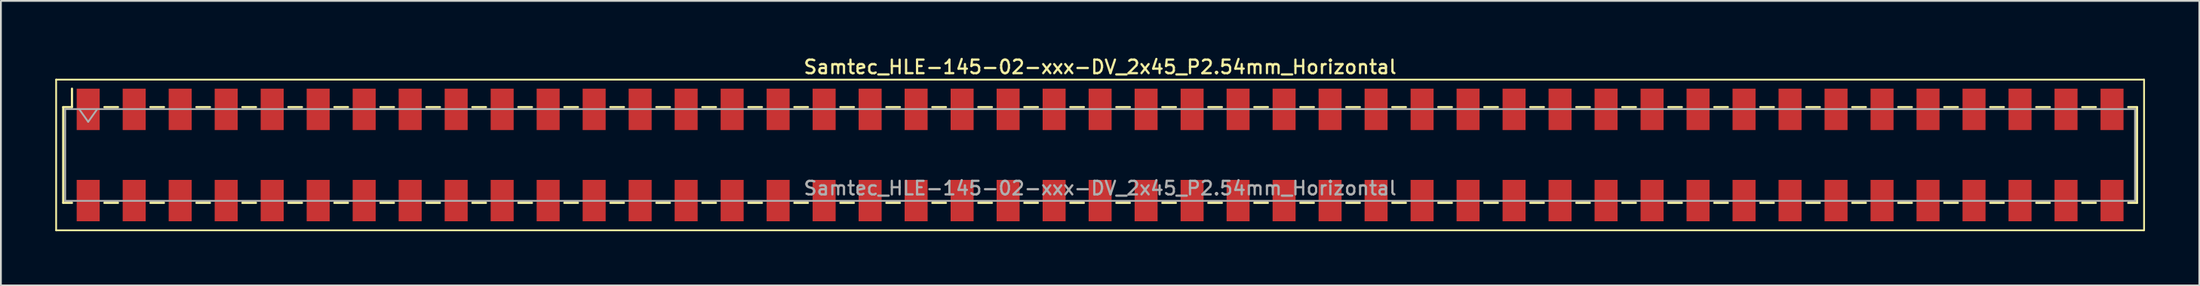
<source format=kicad_pcb>
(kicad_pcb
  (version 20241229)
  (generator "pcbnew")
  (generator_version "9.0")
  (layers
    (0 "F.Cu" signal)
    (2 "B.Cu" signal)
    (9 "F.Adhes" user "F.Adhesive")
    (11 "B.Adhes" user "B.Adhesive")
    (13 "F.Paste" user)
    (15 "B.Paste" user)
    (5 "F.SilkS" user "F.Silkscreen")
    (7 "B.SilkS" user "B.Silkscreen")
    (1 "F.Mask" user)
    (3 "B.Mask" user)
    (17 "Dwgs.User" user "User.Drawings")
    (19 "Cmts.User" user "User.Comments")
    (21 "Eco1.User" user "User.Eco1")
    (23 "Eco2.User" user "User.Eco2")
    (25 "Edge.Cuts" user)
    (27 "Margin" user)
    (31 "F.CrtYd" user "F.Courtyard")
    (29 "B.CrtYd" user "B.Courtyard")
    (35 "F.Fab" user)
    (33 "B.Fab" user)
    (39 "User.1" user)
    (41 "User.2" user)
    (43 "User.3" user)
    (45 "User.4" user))
  (footprint "Samtec_HLE-145-02-xxx-DV_2x45_P2.54mm_Horizontal"
    (layer "F.Cu")
    (at 57.7 5.528)
    (property "Reference" "Samtec_HLE-145-02-xxx-DV_2x45_P2.54mm_Horizontal" (at 0 -4.87 0) (layer "F.SilkS") (effects (font (size 0.75 0.75) (thickness 0.125))))
    (attr smd)
    (fp_line (start -57.65 -4.17) (end 57.65 -4.17) (stroke (width 0.1) (type solid)) (layer "F.SilkS"))
    (fp_line (start -57.65 4.17) (end -57.65 -4.17) (stroke (width 0.1) (type solid)) (layer "F.SilkS"))
    (fp_line (start -57.26 -2.65) (end -57.26 2.65) (stroke (width 0.12) (type solid)) (layer "F.SilkS"))
    (fp_line (start -57.26 2.65) (end -56.775 2.65) (stroke (width 0.12) (type solid)) (layer "F.SilkS"))
    (fp_line (start -56.775 -3.67) (end -56.775 -2.65) (stroke (width 0.12) (type solid)) (layer "F.SilkS"))
    (fp_line (start -56.775 -2.65) (end -57.26 -2.65) (stroke (width 0.12) (type solid)) (layer "F.SilkS"))
    (fp_line (start -54.985 -2.65) (end -54.235 -2.65) (stroke (width 0.12) (type solid)) (layer "F.SilkS"))
    (fp_line (start -54.985 2.65) (end -54.235 2.65) (stroke (width 0.12) (type solid)) (layer "F.SilkS"))
    (fp_line (start -52.445 -2.65) (end -51.695 -2.65) (stroke (width 0.12) (type solid)) (layer "F.SilkS"))
    (fp_line (start -52.445 2.65) (end -51.695 2.65) (stroke (width 0.12) (type solid)) (layer "F.SilkS"))
    (fp_line (start -49.905 -2.65) (end -49.155 -2.65) (stroke (width 0.12) (type solid)) (layer "F.SilkS"))
    (fp_line (start -49.905 2.65) (end -49.155 2.65) (stroke (width 0.12) (type solid)) (layer "F.SilkS"))
    (fp_line (start -47.365 -2.65) (end -46.615 -2.65) (stroke (width 0.12) (type solid)) (layer "F.SilkS"))
    (fp_line (start -47.365 2.65) (end -46.615 2.65) (stroke (width 0.12) (type solid)) (layer "F.SilkS"))
    (fp_line (start -44.825 -2.65) (end -44.075 -2.65) (stroke (width 0.12) (type solid)) (layer "F.SilkS"))
    (fp_line (start -44.825 2.65) (end -44.075 2.65) (stroke (width 0.12) (type solid)) (layer "F.SilkS"))
    (fp_line (start -42.285 -2.65) (end -41.535 -2.65) (stroke (width 0.12) (type solid)) (layer "F.SilkS"))
    (fp_line (start -42.285 2.65) (end -41.535 2.65) (stroke (width 0.12) (type solid)) (layer "F.SilkS"))
    (fp_line (start -39.745 -2.65) (end -38.995 -2.65) (stroke (width 0.12) (type solid)) (layer "F.SilkS"))
    (fp_line (start -39.745 2.65) (end -38.995 2.65) (stroke (width 0.12) (type solid)) (layer "F.SilkS"))
    (fp_line (start -37.205 -2.65) (end -36.455 -2.65) (stroke (width 0.12) (type solid)) (layer "F.SilkS"))
    (fp_line (start -37.205 2.65) (end -36.455 2.65) (stroke (width 0.12) (type solid)) (layer "F.SilkS"))
    (fp_line (start -34.665 -2.65) (end -33.915 -2.65) (stroke (width 0.12) (type solid)) (layer "F.SilkS"))
    (fp_line (start -34.665 2.65) (end -33.915 2.65) (stroke (width 0.12) (type solid)) (layer "F.SilkS"))
    (fp_line (start -32.125 -2.65) (end -31.375 -2.65) (stroke (width 0.12) (type solid)) (layer "F.SilkS"))
    (fp_line (start -32.125 2.65) (end -31.375 2.65) (stroke (width 0.12) (type solid)) (layer "F.SilkS"))
    (fp_line (start -29.585 -2.65) (end -28.835 -2.65) (stroke (width 0.12) (type solid)) (layer "F.SilkS"))
    (fp_line (start -29.585 2.65) (end -28.835 2.65) (stroke (width 0.12) (type solid)) (layer "F.SilkS"))
    (fp_line (start -27.045 -2.65) (end -26.295 -2.65) (stroke (width 0.12) (type solid)) (layer "F.SilkS"))
    (fp_line (start -27.045 2.65) (end -26.295 2.65) (stroke (width 0.12) (type solid)) (layer "F.SilkS"))
    (fp_line (start -24.505 -2.65) (end -23.755 -2.65) (stroke (width 0.12) (type solid)) (layer "F.SilkS"))
    (fp_line (start -24.505 2.65) (end -23.755 2.65) (stroke (width 0.12) (type solid)) (layer "F.SilkS"))
    (fp_line (start -21.965 -2.65) (end -21.215 -2.65) (stroke (width 0.12) (type solid)) (layer "F.SilkS"))
    (fp_line (start -21.965 2.65) (end -21.215 2.65) (stroke (width 0.12) (type solid)) (layer "F.SilkS"))
    (fp_line (start -19.425 -2.65) (end -18.675 -2.65) (stroke (width 0.12) (type solid)) (layer "F.SilkS"))
    (fp_line (start -19.425 2.65) (end -18.675 2.65) (stroke (width 0.12) (type solid)) (layer "F.SilkS"))
    (fp_line (start -16.885 -2.65) (end -16.135 -2.65) (stroke (width 0.12) (type solid)) (layer "F.SilkS"))
    (fp_line (start -16.885 2.65) (end -16.135 2.65) (stroke (width 0.12) (type solid)) (layer "F.SilkS"))
    (fp_line (start -14.345 -2.65) (end -13.595 -2.65) (stroke (width 0.12) (type solid)) (layer "F.SilkS"))
    (fp_line (start -14.345 2.65) (end -13.595 2.65) (stroke (width 0.12) (type solid)) (layer "F.SilkS"))
    (fp_line (start -11.805 -2.65) (end -11.055 -2.65) (stroke (width 0.12) (type solid)) (layer "F.SilkS"))
    (fp_line (start -11.805 2.65) (end -11.055 2.65) (stroke (width 0.12) (type solid)) (layer "F.SilkS"))
    (fp_line (start -9.265 -2.65) (end -8.515 -2.65) (stroke (width 0.12) (type solid)) (layer "F.SilkS"))
    (fp_line (start -9.265 2.65) (end -8.515 2.65) (stroke (width 0.12) (type solid)) (layer "F.SilkS"))
    (fp_line (start -6.725 -2.65) (end -5.975 -2.65) (stroke (width 0.12) (type solid)) (layer "F.SilkS"))
    (fp_line (start -6.725 2.65) (end -5.975 2.65) (stroke (width 0.12) (type solid)) (layer "F.SilkS"))
    (fp_line (start -4.185 -2.65) (end -3.435 -2.65) (stroke (width 0.12) (type solid)) (layer "F.SilkS"))
    (fp_line (start -4.185 2.65) (end -3.435 2.65) (stroke (width 0.12) (type solid)) (layer "F.SilkS"))
    (fp_line (start -1.645 -2.65) (end -0.895 -2.65) (stroke (width 0.12) (type solid)) (layer "F.SilkS"))
    (fp_line (start -1.645 2.65) (end -0.895 2.65) (stroke (width 0.12) (type solid)) (layer "F.SilkS"))
    (fp_line (start 0.895 -2.65) (end 1.645 -2.65) (stroke (width 0.12) (type solid)) (layer "F.SilkS"))
    (fp_line (start 0.895 2.65) (end 1.645 2.65) (stroke (width 0.12) (type solid)) (layer "F.SilkS"))
    (fp_line (start 3.435 -2.65) (end 4.185 -2.65) (stroke (width 0.12) (type solid)) (layer "F.SilkS"))
    (fp_line (start 3.435 2.65) (end 4.185 2.65) (stroke (width 0.12) (type solid)) (layer "F.SilkS"))
    (fp_line (start 5.975 -2.65) (end 6.725 -2.65) (stroke (width 0.12) (type solid)) (layer "F.SilkS"))
    (fp_line (start 5.975 2.65) (end 6.725 2.65) (stroke (width 0.12) (type solid)) (layer "F.SilkS"))
    (fp_line (start 8.515 -2.65) (end 9.265 -2.65) (stroke (width 0.12) (type solid)) (layer "F.SilkS"))
    (fp_line (start 8.515 2.65) (end 9.265 2.65) (stroke (width 0.12) (type solid)) (layer "F.SilkS"))
    (fp_line (start 11.055 -2.65) (end 11.805 -2.65) (stroke (width 0.12) (type solid)) (layer "F.SilkS"))
    (fp_line (start 11.055 2.65) (end 11.805 2.65) (stroke (width 0.12) (type solid)) (layer "F.SilkS"))
    (fp_line (start 13.595 -2.65) (end 14.345 -2.65) (stroke (width 0.12) (type solid)) (layer "F.SilkS"))
    (fp_line (start 13.595 2.65) (end 14.345 2.65) (stroke (width 0.12) (type solid)) (layer "F.SilkS"))
    (fp_line (start 16.135 -2.65) (end 16.885 -2.65) (stroke (width 0.12) (type solid)) (layer "F.SilkS"))
    (fp_line (start 16.135 2.65) (end 16.885 2.65) (stroke (width 0.12) (type solid)) (layer "F.SilkS"))
    (fp_line (start 18.675 -2.65) (end 19.425 -2.65) (stroke (width 0.12) (type solid)) (layer "F.SilkS"))
    (fp_line (start 18.675 2.65) (end 19.425 2.65) (stroke (width 0.12) (type solid)) (layer "F.SilkS"))
    (fp_line (start 21.215 -2.65) (end 21.965 -2.65) (stroke (width 0.12) (type solid)) (layer "F.SilkS"))
    (fp_line (start 21.215 2.65) (end 21.965 2.65) (stroke (width 0.12) (type solid)) (layer "F.SilkS"))
    (fp_line (start 23.755 -2.65) (end 24.505 -2.65) (stroke (width 0.12) (type solid)) (layer "F.SilkS"))
    (fp_line (start 23.755 2.65) (end 24.505 2.65) (stroke (width 0.12) (type solid)) (layer "F.SilkS"))
    (fp_line (start 26.295 -2.65) (end 27.045 -2.65) (stroke (width 0.12) (type solid)) (layer "F.SilkS"))
    (fp_line (start 26.295 2.65) (end 27.045 2.65) (stroke (width 0.12) (type solid)) (layer "F.SilkS"))
    (fp_line (start 28.835 -2.65) (end 29.585 -2.65) (stroke (width 0.12) (type solid)) (layer "F.SilkS"))
    (fp_line (start 28.835 2.65) (end 29.585 2.65) (stroke (width 0.12) (type solid)) (layer "F.SilkS"))
    (fp_line (start 31.375 -2.65) (end 32.125 -2.65) (stroke (width 0.12) (type solid)) (layer "F.SilkS"))
    (fp_line (start 31.375 2.65) (end 32.125 2.65) (stroke (width 0.12) (type solid)) (layer "F.SilkS"))
    (fp_line (start 33.915 -2.65) (end 34.665 -2.65) (stroke (width 0.12) (type solid)) (layer "F.SilkS"))
    (fp_line (start 33.915 2.65) (end 34.665 2.65) (stroke (width 0.12) (type solid)) (layer "F.SilkS"))
    (fp_line (start 36.455 -2.65) (end 37.205 -2.65) (stroke (width 0.12) (type solid)) (layer "F.SilkS"))
    (fp_line (start 36.455 2.65) (end 37.205 2.65) (stroke (width 0.12) (type solid)) (layer "F.SilkS"))
    (fp_line (start 38.995 -2.65) (end 39.745 -2.65) (stroke (width 0.12) (type solid)) (layer "F.SilkS"))
    (fp_line (start 38.995 2.65) (end 39.745 2.65) (stroke (width 0.12) (type solid)) (layer "F.SilkS"))
    (fp_line (start 41.535 -2.65) (end 42.285 -2.65) (stroke (width 0.12) (type solid)) (layer "F.SilkS"))
    (fp_line (start 41.535 2.65) (end 42.285 2.65) (stroke (width 0.12) (type solid)) (layer "F.SilkS"))
    (fp_line (start 44.075 -2.65) (end 44.825 -2.65) (stroke (width 0.12) (type solid)) (layer "F.SilkS"))
    (fp_line (start 44.075 2.65) (end 44.825 2.65) (stroke (width 0.12) (type solid)) (layer "F.SilkS"))
    (fp_line (start 46.615 -2.65) (end 47.365 -2.65) (stroke (width 0.12) (type solid)) (layer "F.SilkS"))
    (fp_line (start 46.615 2.65) (end 47.365 2.65) (stroke (width 0.12) (type solid)) (layer "F.SilkS"))
    (fp_line (start 49.155 -2.65) (end 49.905 -2.65) (stroke (width 0.12) (type solid)) (layer "F.SilkS"))
    (fp_line (start 49.155 2.65) (end 49.905 2.65) (stroke (width 0.12) (type solid)) (layer "F.SilkS"))
    (fp_line (start 51.695 -2.65) (end 52.445 -2.65) (stroke (width 0.12) (type solid)) (layer "F.SilkS"))
    (fp_line (start 51.695 2.65) (end 52.445 2.65) (stroke (width 0.12) (type solid)) (layer "F.SilkS"))
    (fp_line (start 54.235 -2.65) (end 54.985 -2.65) (stroke (width 0.12) (type solid)) (layer "F.SilkS"))
    (fp_line (start 54.235 2.65) (end 54.985 2.65) (stroke (width 0.12) (type solid)) (layer "F.SilkS"))
    (fp_line (start 56.775 -2.65) (end 57.26 -2.65) (stroke (width 0.12) (type solid)) (layer "F.SilkS"))
    (fp_line (start 57.26 -2.65) (end 57.26 2.65) (stroke (width 0.12) (type solid)) (layer "F.SilkS"))
    (fp_line (start 57.26 2.65) (end 56.775 2.65) (stroke (width 0.12) (type solid)) (layer "F.SilkS"))
    (fp_line (start 57.65 -4.17) (end 57.65 4.17) (stroke (width 0.1) (type solid)) (layer "F.SilkS"))
    (fp_line (start 57.65 4.17) (end -57.65 4.17) (stroke (width 0.1) (type solid)) (layer "F.SilkS"))
    (fp_line (start -57.15 -2.54) (end 57.15 -2.54) (stroke (width 0.1) (type solid)) (layer "F.Fab"))
    (fp_line (start -57.15 2.54) (end -57.15 -2.54) (stroke (width 0.1) (type solid)) (layer "F.Fab"))
    (fp_line (start -56.38 -2.54) (end -55.88 -1.833) (stroke (width 0.1) (type solid)) (layer "F.Fab"))
    (fp_line (start -55.88 -1.833) (end -55.38 -2.54) (stroke (width 0.1) (type solid)) (layer "F.Fab"))
    (fp_line (start 57.15 -2.54) (end 57.15 2.54) (stroke (width 0.1) (type solid)) (layer "F.Fab"))
    (fp_line (start 57.15 2.54) (end -57.15 2.54) (stroke (width 0.1) (type solid)) (layer "F.Fab"))
    (fp_text user "${REFERENCE}" (at 0 1.84 0) (layer "F.Fab") (effects (font (size 0.75 0.75) (thickness 0.125))))
    (pad "1" smd rect (at -55.88 -2.525) (size 1.27 2.29) (layers "F.Cu" "F.Mask" "F.Paste"))
    (pad "2" smd rect (at -55.88 2.525) (size 1.27 2.29) (layers "F.Cu" "F.Mask" "F.Paste"))
    (pad "3" smd rect (at -53.34 -2.525) (size 1.27 2.29) (layers "F.Cu" "F.Mask" "F.Paste"))
    (pad "4" smd rect (at -53.34 2.525) (size 1.27 2.29) (layers "F.Cu" "F.Mask" "F.Paste"))
    (pad "5" smd rect (at -50.8 -2.525) (size 1.27 2.29) (layers "F.Cu" "F.Mask" "F.Paste"))
    (pad "6" smd rect (at -50.8 2.525) (size 1.27 2.29) (layers "F.Cu" "F.Mask" "F.Paste"))
    (pad "7" smd rect (at -48.26 -2.525) (size 1.27 2.29) (layers "F.Cu" "F.Mask" "F.Paste"))
    (pad "8" smd rect (at -48.26 2.525) (size 1.27 2.29) (layers "F.Cu" "F.Mask" "F.Paste"))
    (pad "9" smd rect (at -45.72 -2.525) (size 1.27 2.29) (layers "F.Cu" "F.Mask" "F.Paste"))
    (pad "10" smd rect (at -45.72 2.525) (size 1.27 2.29) (layers "F.Cu" "F.Mask" "F.Paste"))
    (pad "11" smd rect (at -43.18 -2.525) (size 1.27 2.29) (layers "F.Cu" "F.Mask" "F.Paste"))
    (pad "12" smd rect (at -43.18 2.525) (size 1.27 2.29) (layers "F.Cu" "F.Mask" "F.Paste"))
    (pad "13" smd rect (at -40.64 -2.525) (size 1.27 2.29) (layers "F.Cu" "F.Mask" "F.Paste"))
    (pad "14" smd rect (at -40.64 2.525) (size 1.27 2.29) (layers "F.Cu" "F.Mask" "F.Paste"))
    (pad "15" smd rect (at -38.1 -2.525) (size 1.27 2.29) (layers "F.Cu" "F.Mask" "F.Paste"))
    (pad "16" smd rect (at -38.1 2.525) (size 1.27 2.29) (layers "F.Cu" "F.Mask" "F.Paste"))
    (pad "17" smd rect (at -35.56 -2.525) (size 1.27 2.29) (layers "F.Cu" "F.Mask" "F.Paste"))
    (pad "18" smd rect (at -35.56 2.525) (size 1.27 2.29) (layers "F.Cu" "F.Mask" "F.Paste"))
    (pad "19" smd rect (at -33.02 -2.525) (size 1.27 2.29) (layers "F.Cu" "F.Mask" "F.Paste"))
    (pad "20" smd rect (at -33.02 2.525) (size 1.27 2.29) (layers "F.Cu" "F.Mask" "F.Paste"))
    (pad "21" smd rect (at -30.48 -2.525) (size 1.27 2.29) (layers "F.Cu" "F.Mask" "F.Paste"))
    (pad "22" smd rect (at -30.48 2.525) (size 1.27 2.29) (layers "F.Cu" "F.Mask" "F.Paste"))
    (pad "23" smd rect (at -27.94 -2.525) (size 1.27 2.29) (layers "F.Cu" "F.Mask" "F.Paste"))
    (pad "24" smd rect (at -27.94 2.525) (size 1.27 2.29) (layers "F.Cu" "F.Mask" "F.Paste"))
    (pad "25" smd rect (at -25.4 -2.525) (size 1.27 2.29) (layers "F.Cu" "F.Mask" "F.Paste"))
    (pad "26" smd rect (at -25.4 2.525) (size 1.27 2.29) (layers "F.Cu" "F.Mask" "F.Paste"))
    (pad "27" smd rect (at -22.86 -2.525) (size 1.27 2.29) (layers "F.Cu" "F.Mask" "F.Paste"))
    (pad "28" smd rect (at -22.86 2.525) (size 1.27 2.29) (layers "F.Cu" "F.Mask" "F.Paste"))
    (pad "29" smd rect (at -20.32 -2.525) (size 1.27 2.29) (layers "F.Cu" "F.Mask" "F.Paste"))
    (pad "30" smd rect (at -20.32 2.525) (size 1.27 2.29) (layers "F.Cu" "F.Mask" "F.Paste"))
    (pad "31" smd rect (at -17.78 -2.525) (size 1.27 2.29) (layers "F.Cu" "F.Mask" "F.Paste"))
    (pad "32" smd rect (at -17.78 2.525) (size 1.27 2.29) (layers "F.Cu" "F.Mask" "F.Paste"))
    (pad "33" smd rect (at -15.24 -2.525) (size 1.27 2.29) (layers "F.Cu" "F.Mask" "F.Paste"))
    (pad "34" smd rect (at -15.24 2.525) (size 1.27 2.29) (layers "F.Cu" "F.Mask" "F.Paste"))
    (pad "35" smd rect (at -12.7 -2.525) (size 1.27 2.29) (layers "F.Cu" "F.Mask" "F.Paste"))
    (pad "36" smd rect (at -12.7 2.525) (size 1.27 2.29) (layers "F.Cu" "F.Mask" "F.Paste"))
    (pad "37" smd rect (at -10.16 -2.525) (size 1.27 2.29) (layers "F.Cu" "F.Mask" "F.Paste"))
    (pad "38" smd rect (at -10.16 2.525) (size 1.27 2.29) (layers "F.Cu" "F.Mask" "F.Paste"))
    (pad "39" smd rect (at -7.62 -2.525) (size 1.27 2.29) (layers "F.Cu" "F.Mask" "F.Paste"))
    (pad "40" smd rect (at -7.62 2.525) (size 1.27 2.29) (layers "F.Cu" "F.Mask" "F.Paste"))
    (pad "41" smd rect (at -5.08 -2.525) (size 1.27 2.29) (layers "F.Cu" "F.Mask" "F.Paste"))
    (pad "42" smd rect (at -5.08 2.525) (size 1.27 2.29) (layers "F.Cu" "F.Mask" "F.Paste"))
    (pad "43" smd rect (at -2.54 -2.525) (size 1.27 2.29) (layers "F.Cu" "F.Mask" "F.Paste"))
    (pad "44" smd rect (at -2.54 2.525) (size 1.27 2.29) (layers "F.Cu" "F.Mask" "F.Paste"))
    (pad "45" smd rect (at 0 -2.525) (size 1.27 2.29) (layers "F.Cu" "F.Mask" "F.Paste"))
    (pad "46" smd rect (at 0 2.525) (size 1.27 2.29) (layers "F.Cu" "F.Mask" "F.Paste"))
    (pad "47" smd rect (at 2.54 -2.525) (size 1.27 2.29) (layers "F.Cu" "F.Mask" "F.Paste"))
    (pad "48" smd rect (at 2.54 2.525) (size 1.27 2.29) (layers "F.Cu" "F.Mask" "F.Paste"))
    (pad "49" smd rect (at 5.08 -2.525) (size 1.27 2.29) (layers "F.Cu" "F.Mask" "F.Paste"))
    (pad "50" smd rect (at 5.08 2.525) (size 1.27 2.29) (layers "F.Cu" "F.Mask" "F.Paste"))
    (pad "51" smd rect (at 7.62 -2.525) (size 1.27 2.29) (layers "F.Cu" "F.Mask" "F.Paste"))
    (pad "52" smd rect (at 7.62 2.525) (size 1.27 2.29) (layers "F.Cu" "F.Mask" "F.Paste"))
    (pad "53" smd rect (at 10.16 -2.525) (size 1.27 2.29) (layers "F.Cu" "F.Mask" "F.Paste"))
    (pad "54" smd rect (at 10.16 2.525) (size 1.27 2.29) (layers "F.Cu" "F.Mask" "F.Paste"))
    (pad "55" smd rect (at 12.7 -2.525) (size 1.27 2.29) (layers "F.Cu" "F.Mask" "F.Paste"))
    (pad "56" smd rect (at 12.7 2.525) (size 1.27 2.29) (layers "F.Cu" "F.Mask" "F.Paste"))
    (pad "57" smd rect (at 15.24 -2.525) (size 1.27 2.29) (layers "F.Cu" "F.Mask" "F.Paste"))
    (pad "58" smd rect (at 15.24 2.525) (size 1.27 2.29) (layers "F.Cu" "F.Mask" "F.Paste"))
    (pad "59" smd rect (at 17.78 -2.525) (size 1.27 2.29) (layers "F.Cu" "F.Mask" "F.Paste"))
    (pad "60" smd rect (at 17.78 2.525) (size 1.27 2.29) (layers "F.Cu" "F.Mask" "F.Paste"))
    (pad "61" smd rect (at 20.32 -2.525) (size 1.27 2.29) (layers "F.Cu" "F.Mask" "F.Paste"))
    (pad "62" smd rect (at 20.32 2.525) (size 1.27 2.29) (layers "F.Cu" "F.Mask" "F.Paste"))
    (pad "63" smd rect (at 22.86 -2.525) (size 1.27 2.29) (layers "F.Cu" "F.Mask" "F.Paste"))
    (pad "64" smd rect (at 22.86 2.525) (size 1.27 2.29) (layers "F.Cu" "F.Mask" "F.Paste"))
    (pad "65" smd rect (at 25.4 -2.525) (size 1.27 2.29) (layers "F.Cu" "F.Mask" "F.Paste"))
    (pad "66" smd rect (at 25.4 2.525) (size 1.27 2.29) (layers "F.Cu" "F.Mask" "F.Paste"))
    (pad "67" smd rect (at 27.94 -2.525) (size 1.27 2.29) (layers "F.Cu" "F.Mask" "F.Paste"))
    (pad "68" smd rect (at 27.94 2.525) (size 1.27 2.29) (layers "F.Cu" "F.Mask" "F.Paste"))
    (pad "69" smd rect (at 30.48 -2.525) (size 1.27 2.29) (layers "F.Cu" "F.Mask" "F.Paste"))
    (pad "70" smd rect (at 30.48 2.525) (size 1.27 2.29) (layers "F.Cu" "F.Mask" "F.Paste"))
    (pad "71" smd rect (at 33.02 -2.525) (size 1.27 2.29) (layers "F.Cu" "F.Mask" "F.Paste"))
    (pad "72" smd rect (at 33.02 2.525) (size 1.27 2.29) (layers "F.Cu" "F.Mask" "F.Paste"))
    (pad "73" smd rect (at 35.56 -2.525) (size 1.27 2.29) (layers "F.Cu" "F.Mask" "F.Paste"))
    (pad "74" smd rect (at 35.56 2.525) (size 1.27 2.29) (layers "F.Cu" "F.Mask" "F.Paste"))
    (pad "75" smd rect (at 38.1 -2.525) (size 1.27 2.29) (layers "F.Cu" "F.Mask" "F.Paste"))
    (pad "76" smd rect (at 38.1 2.525) (size 1.27 2.29) (layers "F.Cu" "F.Mask" "F.Paste"))
    (pad "77" smd rect (at 40.64 -2.525) (size 1.27 2.29) (layers "F.Cu" "F.Mask" "F.Paste"))
    (pad "78" smd rect (at 40.64 2.525) (size 1.27 2.29) (layers "F.Cu" "F.Mask" "F.Paste"))
    (pad "79" smd rect (at 43.18 -2.525) (size 1.27 2.29) (layers "F.Cu" "F.Mask" "F.Paste"))
    (pad "80" smd rect (at 43.18 2.525) (size 1.27 2.29) (layers "F.Cu" "F.Mask" "F.Paste"))
    (pad "81" smd rect (at 45.72 -2.525) (size 1.27 2.29) (layers "F.Cu" "F.Mask" "F.Paste"))
    (pad "82" smd rect (at 45.72 2.525) (size 1.27 2.29) (layers "F.Cu" "F.Mask" "F.Paste"))
    (pad "83" smd rect (at 48.26 -2.525) (size 1.27 2.29) (layers "F.Cu" "F.Mask" "F.Paste"))
    (pad "84" smd rect (at 48.26 2.525) (size 1.27 2.29) (layers "F.Cu" "F.Mask" "F.Paste"))
    (pad "85" smd rect (at 50.8 -2.525) (size 1.27 2.29) (layers "F.Cu" "F.Mask" "F.Paste"))
    (pad "86" smd rect (at 50.8 2.525) (size 1.27 2.29) (layers "F.Cu" "F.Mask" "F.Paste"))
    (pad "87" smd rect (at 53.34 -2.525) (size 1.27 2.29) (layers "F.Cu" "F.Mask" "F.Paste"))
    (pad "88" smd rect (at 53.34 2.525) (size 1.27 2.29) (layers "F.Cu" "F.Mask" "F.Paste"))
    (pad "89" smd rect (at 55.88 -2.525) (size 1.27 2.29) (layers "F.Cu" "F.Mask" "F.Paste"))
    (pad "90" smd rect (at 55.88 2.525) (size 1.27 2.29) (layers "F.Cu" "F.Mask" "F.Paste")))
  (gr_rect
    (start -3 -3)
    (end 118.4 12.748)
    (stroke (width 0.1) (type default))
    (fill no)
    (layer "Edge.Cuts")))
</source>
